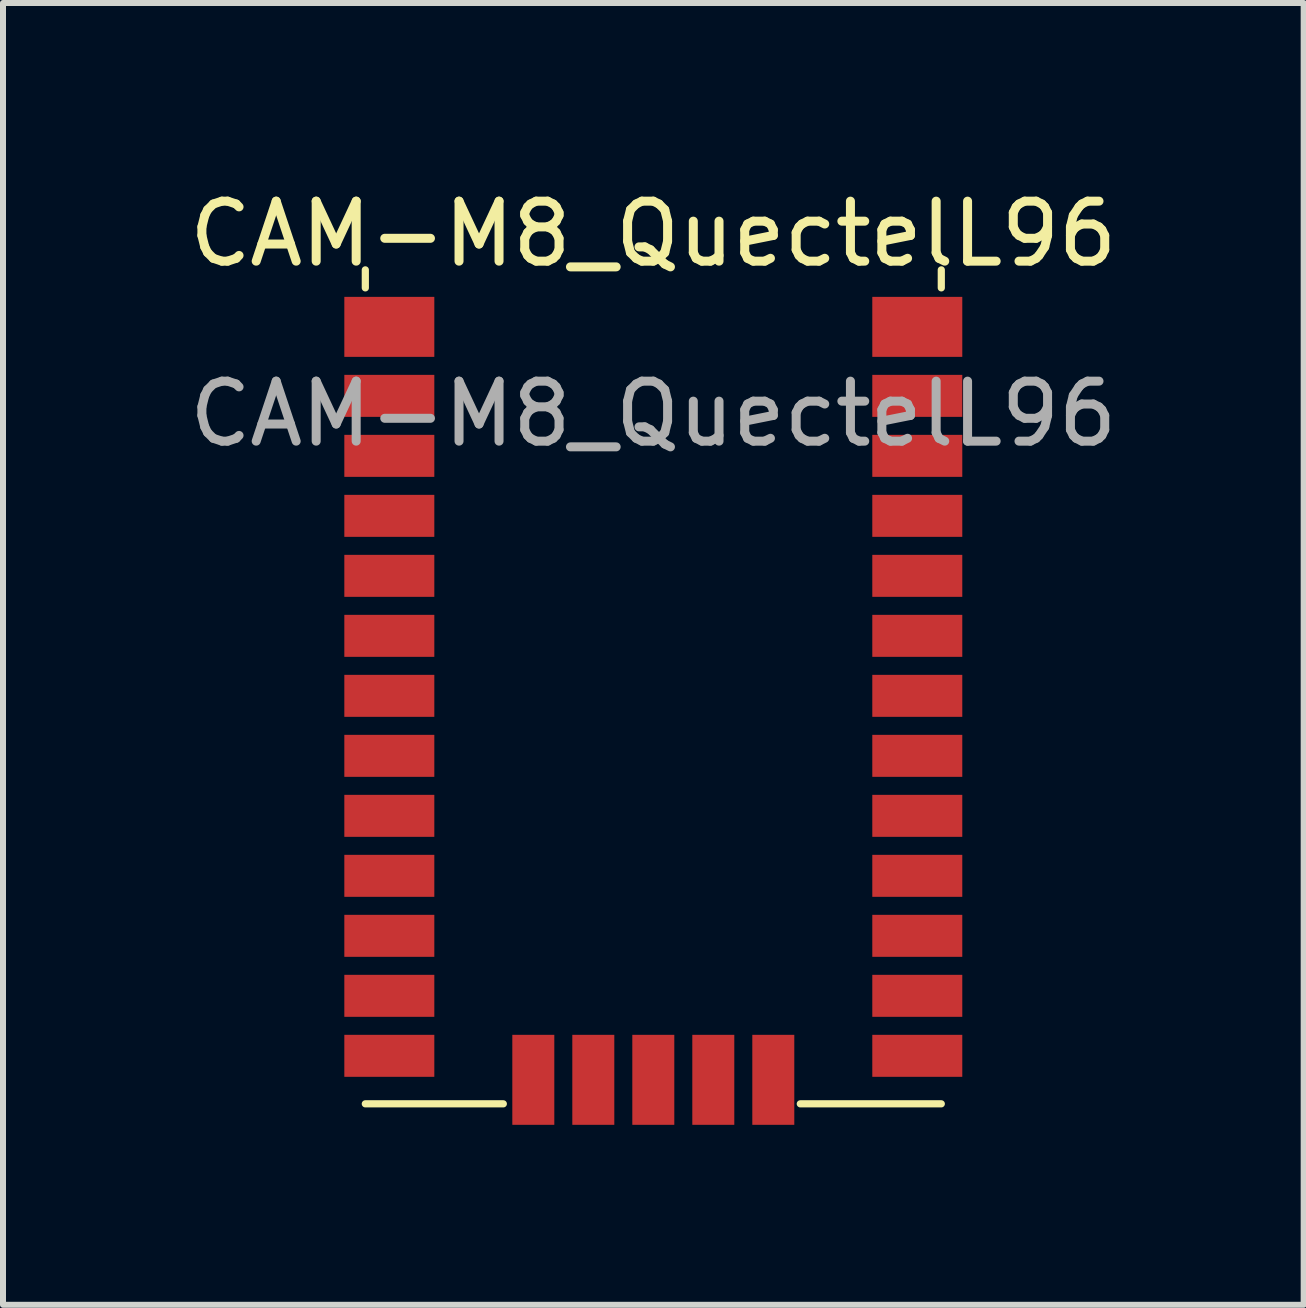
<source format=kicad_pcb>
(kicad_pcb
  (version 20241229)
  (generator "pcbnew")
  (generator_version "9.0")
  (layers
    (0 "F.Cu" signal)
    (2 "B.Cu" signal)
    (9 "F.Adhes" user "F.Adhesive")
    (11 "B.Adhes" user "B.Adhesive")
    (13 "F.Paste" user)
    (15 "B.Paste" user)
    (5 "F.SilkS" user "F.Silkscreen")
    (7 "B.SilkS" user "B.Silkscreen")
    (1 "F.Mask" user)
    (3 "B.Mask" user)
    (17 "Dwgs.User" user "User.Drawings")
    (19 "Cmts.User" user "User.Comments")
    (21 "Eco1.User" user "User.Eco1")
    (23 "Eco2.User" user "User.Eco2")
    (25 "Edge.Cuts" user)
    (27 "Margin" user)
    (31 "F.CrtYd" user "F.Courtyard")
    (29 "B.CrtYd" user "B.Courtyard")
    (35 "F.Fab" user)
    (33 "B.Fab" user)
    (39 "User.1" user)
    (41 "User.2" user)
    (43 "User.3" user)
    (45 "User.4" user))
  (footprint "CAM-M8_QuectelL96"
    (layer "F.Cu")
    (at 7.839 1.348)
    (property "Reference" "CAM-M8_QuectelL96" (at 0 -0.5 0) (unlocked yes) (layer "F.SilkS") (effects (font (size 1 1) (thickness 0.15))))
    (attr smd)
    (fp_line (start -4.8 0.4) (end -4.8 0.1) (stroke (width 0.12) (type default)) (layer "F.SilkS"))
    (fp_line (start -4.8 14) (end -2.5 14) (stroke (width 0.12) (type default)) (layer "F.SilkS"))
    (fp_line (start 2.45 14) (end 4.8 14) (stroke (width 0.12) (type default)) (layer "F.SilkS"))
    (fp_line (start 4.8 0.4) (end 4.8 0.1) (stroke (width 0.12) (type default)) (layer "F.SilkS"))
    (fp_text user "${REFERENCE}" (at 0 2.5 0) (unlocked yes) (layer "F.Fab") (effects (font (size 1 1) (thickness 0.15))))
    (pad "1" smd rect (at 4.4 13.2 180) (size 1.5 0.7) (layers "F.Cu" "F.Mask" "F.Paste"))
    (pad "2" smd rect (at 4.4 12.2 180) (size 1.5 0.7) (layers "F.Cu" "F.Mask" "F.Paste"))
    (pad "3" smd rect (at 4.4 11.2 180) (size 1.5 0.7) (layers "F.Cu" "F.Mask" "F.Paste"))
    (pad "4" smd rect (at 4.4 10.2 180) (size 1.5 0.7) (layers "F.Cu" "F.Mask" "F.Paste"))
    (pad "5" smd rect (at 4.4 9.2 180) (size 1.5 0.7) (layers "F.Cu" "F.Mask" "F.Paste"))
    (pad "6" smd rect (at 4.4 8.2 180) (size 1.5 0.7) (layers "F.Cu" "F.Mask" "F.Paste"))
    (pad "7" smd rect (at 4.4 7.2 180) (size 1.5 0.7) (layers "F.Cu" "F.Mask" "F.Paste"))
    (pad "8" smd rect (at 4.4 6.2 180) (size 1.5 0.7) (layers "F.Cu" "F.Mask" "F.Paste"))
    (pad "9" smd rect (at 4.4 5.2 180) (size 1.5 0.7) (layers "F.Cu" "F.Mask" "F.Paste"))
    (pad "10" smd rect (at 4.4 4.2 180) (size 1.5 0.7) (layers "F.Cu" "F.Mask" "F.Paste"))
    (pad "11" smd rect (at 4.4 3.2 180) (size 1.5 0.7) (layers "F.Cu" "F.Mask" "F.Paste"))
    (pad "12" smd rect (at 4.4 2.2 180) (size 1.5 0.7) (layers "F.Cu" "F.Mask" "F.Paste"))
    (pad "13" smd rect (at 4.4 1.05 180) (size 1.5 1) (layers "F.Cu" "F.Mask" "F.Paste"))
    (pad "14" smd rect (at -4.4 1.05 180) (size 1.5 1) (layers "F.Cu" "F.Mask" "F.Paste"))
    (pad "15" smd rect (at -4.4 2.2 180) (size 1.5 0.7) (layers "F.Cu" "F.Mask" "F.Paste"))
    (pad "16" smd rect (at -4.4 3.2 180) (size 1.5 0.7) (layers "F.Cu" "F.Mask" "F.Paste"))
    (pad "17" smd rect (at -4.4 4.2 180) (size 1.5 0.7) (layers "F.Cu" "F.Mask" "F.Paste"))
    (pad "18" smd rect (at -4.4 5.2 180) (size 1.5 0.7) (layers "F.Cu" "F.Mask" "F.Paste"))
    (pad "19" smd rect (at -4.4 6.2 180) (size 1.5 0.7) (layers "F.Cu" "F.Mask" "F.Paste"))
    (pad "20" smd rect (at -4.4 7.2 180) (size 1.5 0.7) (layers "F.Cu" "F.Mask" "F.Paste"))
    (pad "21" smd rect (at -4.4 8.2 180) (size 1.5 0.7) (layers "F.Cu" "F.Mask" "F.Paste"))
    (pad "22" smd rect (at -4.4 9.2 180) (size 1.5 0.7) (layers "F.Cu" "F.Mask" "F.Paste"))
    (pad "23" smd rect (at -4.4 10.2 180) (size 1.5 0.7) (layers "F.Cu" "F.Mask" "F.Paste"))
    (pad "24" smd rect (at -4.4 11.2 180) (size 1.5 0.7) (layers "F.Cu" "F.Mask" "F.Paste"))
    (pad "25" smd rect (at -4.4 12.2 180) (size 1.5 0.7) (layers "F.Cu" "F.Mask" "F.Paste"))
    (pad "26" smd rect (at -4.4 13.2 180) (size 1.5 0.7) (layers "F.Cu" "F.Mask" "F.Paste"))
    (pad "27" smd rect (at -2 13.6 270) (size 1.5 0.7) (layers "F.Cu" "F.Mask" "F.Paste"))
    (pad "28" smd rect (at -1 13.6 270) (size 1.5 0.7) (layers "F.Cu" "F.Mask" "F.Paste"))
    (pad "29" smd rect (at 0 13.6 270) (size 1.5 0.7) (layers "F.Cu" "F.Mask" "F.Paste"))
    (pad "30" smd rect (at 1 13.6 270) (size 1.5 0.7) (layers "F.Cu" "F.Mask" "F.Paste"))
    (pad "31" smd rect (at 2 13.6 270) (size 1.5 0.7) (layers "F.Cu" "F.Mask" "F.Paste"))
    (zone (net_name "") (layers "F.Cu" "B.Cu") (name "KEEPOUT_ANT") (hatch edge 0.5) (connect_pads) (min_thickness 0.25) (filled_areas_thickness no) (keepout (tracks not_allowed) (vias not_allowed) (pads not_allowed) (copperpour not_allowed) (footprints not_allowed)) (placement (enabled no)) (fill) (polygon (pts (xy 11.439 6.148) (xy 11.439 1.348) (xy 4.239 1.348) (xy 4.239 6.148)))))
  (gr_rect
    (start -3 -3)
    (end 18.679 18.698)
    (stroke (width 0.1) (type default))
    (fill no)
    (layer "Edge.Cuts")))
</source>
